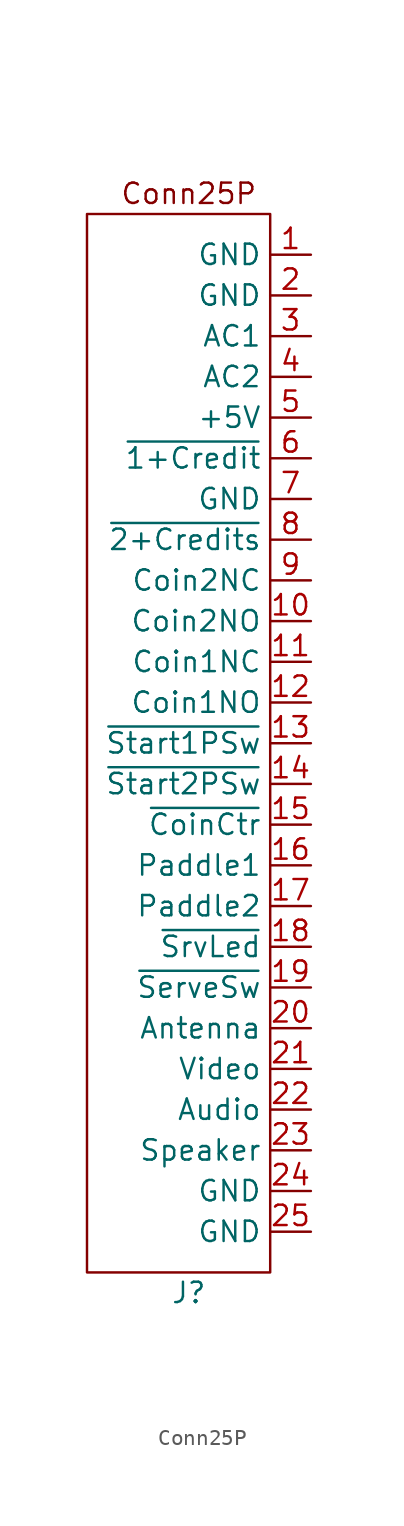
<source format=kicad_sym>
(kicad_symbol_lib
  (version 20241209)
  (generator "kicad_symbol_editor")
  (generator_version "9.0")
  (symbol "Conn25P"
    (property "Reference" "J"
      (at 0 -34.29 0)
      (effects (font (size 1.27 1.27))))
    (property "Value" ""
      (at 0 2.54 0)
      (effects (font (size 1.27 1.27))))
    (symbol "Conn25P_1_1"
      (rectangle (start -6.35 33.02) (end 5.08 -33.02) (stroke (width 0) (type default)) (fill (type none)))
      (text "Conn25P" (at 0 34.29 0) (effects (font (size 1.27 1.27))))
      (pin passive line (at 7.62 30.48 180) (length 2.54) (name "GND" (effects (font (size 1.27 1.27)))) (number "1" (effects (font (size 1.27 1.27)))))
      (pin passive line (at 7.62 27.94 180) (length 2.54) (name "GND" (effects (font (size 1.27 1.27)))) (number "2" (effects (font (size 1.27 1.27)))))
      (pin passive line (at 7.62 25.4 180) (length 2.54) (name "AC1" (effects (font (size 1.27 1.27)))) (number "3" (effects (font (size 1.27 1.27)))))
      (pin passive line (at 7.62 22.86 180) (length 2.54) (name "AC2" (effects (font (size 1.27 1.27)))) (number "4" (effects (font (size 1.27 1.27)))))
      (pin passive line (at 7.62 20.32 180) (length 2.54) (name "+5V" (effects (font (size 1.27 1.27)))) (number "5" (effects (font (size 1.27 1.27)))))
      (pin passive line (at 7.62 17.78 180) (length 2.54) (name "~{1+Credit}" (effects (font (size 1.27 1.27)))) (number "6" (effects (font (size 1.27 1.27)))))
      (pin passive line (at 7.62 15.24 180) (length 2.54) (name "GND" (effects (font (size 1.27 1.27)))) (number "7" (effects (font (size 1.27 1.27)))))
      (pin passive line (at 7.62 12.7 180) (length 2.54) (name "~{2+Credits}" (effects (font (size 1.27 1.27)))) (number "8" (effects (font (size 1.27 1.27)))))
      (pin passive line (at 7.62 10.16 180) (length 2.54) (name "Coin2NC" (effects (font (size 1.27 1.27)))) (number "9" (effects (font (size 1.27 1.27)))))
      (pin passive line (at 7.62 7.62 180) (length 2.54) (name "Coin2NO" (effects (font (size 1.27 1.27)))) (number "10" (effects (font (size 1.27 1.27)))))
      (pin passive line (at 7.62 5.08 180) (length 2.54) (name "Coin1NC" (effects (font (size 1.27 1.27)))) (number "11" (effects (font (size 1.27 1.27)))))
      (pin passive line (at 7.62 2.54 180) (length 2.54) (name "Coin1NO" (effects (font (size 1.27 1.27)))) (number "12" (effects (font (size 1.27 1.27)))))
      (pin passive line (at 7.62 0 180) (length 2.54) (name "~{Start1PSw}" (effects (font (size 1.27 1.27)))) (number "13" (effects (font (size 1.27 1.27)))))
      (pin passive line (at 7.62 -2.54 180) (length 2.54) (name "~{Start2PSw}" (effects (font (size 1.27 1.27)))) (number "14" (effects (font (size 1.27 1.27)))))
      (pin passive line (at 7.62 -5.08 180) (length 2.54) (name "~{CoinCtr}" (effects (font (size 1.27 1.27)))) (number "15" (effects (font (size 1.27 1.27)))))
      (pin passive line (at 7.62 -7.62 180) (length 2.54) (name "Paddle1" (effects (font (size 1.27 1.27)))) (number "16" (effects (font (size 1.27 1.27)))))
      (pin passive line (at 7.62 -10.16 180) (length 2.54) (name "Paddle2" (effects (font (size 1.27 1.27)))) (number "17" (effects (font (size 1.27 1.27)))))
      (pin passive line (at 7.62 -12.7 180) (length 2.54) (name "~{SrvLed}" (effects (font (size 1.27 1.27)))) (number "18" (effects (font (size 1.27 1.27)))))
      (pin passive line (at 7.62 -15.24 180) (length 2.54) (name "~{ServeSw}" (effects (font (size 1.27 1.27)))) (number "19" (effects (font (size 1.27 1.27)))))
      (pin passive line (at 7.62 -17.78 180) (length 2.54) (name "Antenna" (effects (font (size 1.27 1.27)))) (number "20" (effects (font (size 1.27 1.27)))))
      (pin passive line (at 7.62 -20.32 180) (length 2.54) (name "Video" (effects (font (size 1.27 1.27)))) (number "21" (effects (font (size 1.27 1.27)))))
      (pin passive line (at 7.62 -22.86 180) (length 2.54) (name "Audio" (effects (font (size 1.27 1.27)))) (number "22" (effects (font (size 1.27 1.27)))))
      (pin passive line (at 7.62 -25.4 180) (length 2.54) (name "Speaker" (effects (font (size 1.27 1.27)))) (number "23" (effects (font (size 1.27 1.27)))))
      (pin passive line (at 7.62 -27.94 180) (length 2.54) (name "GND" (effects (font (size 1.27 1.27)))) (number "24" (effects (font (size 1.27 1.27)))))
      (pin passive line (at 7.62 -30.48 180) (length 2.54) (name "GND" (effects (font (size 1.27 1.27)))) (number "25" (effects (font (size 1.27 1.27))))))))
</source>
